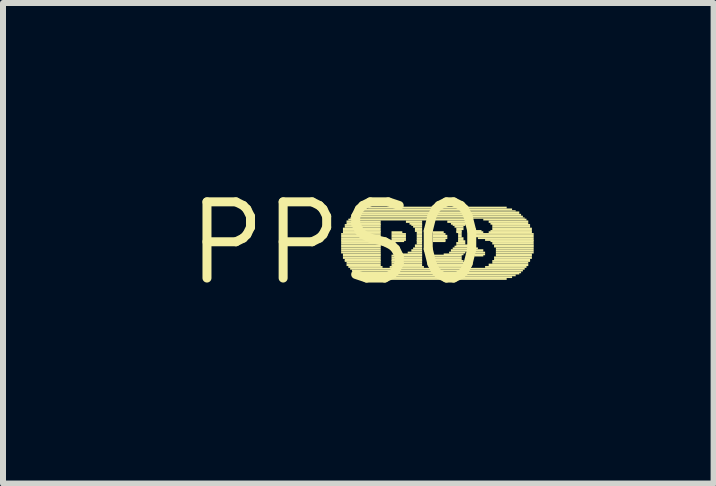
<source format=kicad_pcb>
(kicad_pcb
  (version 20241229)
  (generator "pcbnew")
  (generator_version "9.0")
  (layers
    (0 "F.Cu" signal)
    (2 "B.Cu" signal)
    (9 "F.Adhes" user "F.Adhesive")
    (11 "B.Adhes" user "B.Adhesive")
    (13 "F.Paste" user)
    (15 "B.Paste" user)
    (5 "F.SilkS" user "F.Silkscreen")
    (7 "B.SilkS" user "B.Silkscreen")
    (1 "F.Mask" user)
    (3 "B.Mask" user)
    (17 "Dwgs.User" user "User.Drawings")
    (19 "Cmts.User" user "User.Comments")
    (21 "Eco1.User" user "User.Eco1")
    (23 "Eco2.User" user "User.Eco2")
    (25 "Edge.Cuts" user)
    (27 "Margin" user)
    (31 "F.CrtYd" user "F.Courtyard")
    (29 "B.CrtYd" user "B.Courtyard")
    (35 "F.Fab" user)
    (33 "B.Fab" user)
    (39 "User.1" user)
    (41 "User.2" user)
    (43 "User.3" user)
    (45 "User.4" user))
  (footprint "PPS0"
    (layer "F.Cu")
    (at 2.578 1.006)
    (property "Reference" "PPS0" (at 0 0 0) (layer "F.SilkS") (effects (font (size 1.27 1.27) (thickness 0.15))))
    (fp_poly (pts (xy 0.06 -0.14) (xy 0.72 -0.14) (xy 0.72 -0.17) (xy 0.06 -0.17)) (stroke (width 0) (type solid)) (fill yes) (layer "F.SilkS"))
    (fp_poly (pts (xy 0.06 -0.1) (xy 0.72 -0.1) (xy 0.72 -0.14) (xy 0.06 -0.14)) (stroke (width 0) (type solid)) (fill yes) (layer "F.SilkS"))
    (fp_poly (pts (xy 0.06 -0.07) (xy 0.72 -0.07) (xy 0.72 -0.1) (xy 0.06 -0.1)) (stroke (width 0) (type solid)) (fill yes) (layer "F.SilkS"))
    (fp_poly (pts (xy 0.06 -0.04) (xy 0.72 -0.04) (xy 0.72 -0.07) (xy 0.06 -0.07)) (stroke (width 0) (type solid)) (fill yes) (layer "F.SilkS"))
    (fp_poly (pts (xy 0.06 -0.02) (xy 0.72 -0.02) (xy 0.72 -0.05) (xy 0.06 -0.05)) (stroke (width 0) (type solid)) (fill yes) (layer "F.SilkS"))
    (fp_poly (pts (xy 0.06 0.02) (xy 0.72 0.02) (xy 0.72 -0.02) (xy 0.06 -0.02)) (stroke (width 0) (type solid)) (fill yes) (layer "F.SilkS"))
    (fp_poly (pts (xy 0.06 0.05) (xy 0.72 0.05) (xy 0.72 0.02) (xy 0.06 0.02)) (stroke (width 0) (type solid)) (fill yes) (layer "F.SilkS"))
    (fp_poly (pts (xy 0.06 0.07) (xy 0.72 0.07) (xy 0.72 0.04) (xy 0.06 0.04)) (stroke (width 0) (type solid)) (fill yes) (layer "F.SilkS"))
    (fp_poly (pts (xy 0.06 0.1) (xy 0.72 0.1) (xy 0.72 0.07) (xy 0.06 0.07)) (stroke (width 0) (type solid)) (fill yes) (layer "F.SilkS"))
    (fp_poly (pts (xy 0.06 0.14) (xy 0.72 0.14) (xy 0.72 0.1) (xy 0.06 0.1)) (stroke (width 0) (type solid)) (fill yes) (layer "F.SilkS"))
    (fp_poly (pts (xy 0.06 0.17) (xy 0.72 0.17) (xy 0.72 0.14) (xy 0.06 0.14)) (stroke (width 0) (type solid)) (fill yes) (layer "F.SilkS"))
    (fp_poly (pts (xy 0.09 -0.22) (xy 0.72 -0.22) (xy 0.72 -0.26) (xy 0.09 -0.26)) (stroke (width 0) (type solid)) (fill yes) (layer "F.SilkS"))
    (fp_poly (pts (xy 0.09 -0.19) (xy 0.72 -0.19) (xy 0.72 -0.22) (xy 0.09 -0.22)) (stroke (width 0) (type solid)) (fill yes) (layer "F.SilkS"))
    (fp_poly (pts (xy 0.09 -0.17) (xy 0.72 -0.17) (xy 0.72 -0.2) (xy 0.09 -0.2)) (stroke (width 0) (type solid)) (fill yes) (layer "F.SilkS"))
    (fp_poly (pts (xy 0.09 0.2) (xy 0.72 0.2) (xy 0.72 0.17) (xy 0.09 0.17)) (stroke (width 0) (type solid)) (fill yes) (layer "F.SilkS"))
    (fp_poly (pts (xy 0.09 0.22) (xy 0.72 0.22) (xy 0.72 0.19) (xy 0.09 0.19)) (stroke (width 0) (type solid)) (fill yes) (layer "F.SilkS"))
    (fp_poly (pts (xy 0.09 0.26) (xy 0.72 0.26) (xy 0.72 0.22) (xy 0.09 0.22)) (stroke (width 0) (type solid)) (fill yes) (layer "F.SilkS"))
    (fp_poly (pts (xy 0.12 -0.29) (xy 0.72 -0.29) (xy 0.72 -0.32) (xy 0.12 -0.32)) (stroke (width 0) (type solid)) (fill yes) (layer "F.SilkS"))
    (fp_poly (pts (xy 0.12 -0.26) (xy 0.72 -0.26) (xy 0.72 -0.29) (xy 0.12 -0.29)) (stroke (width 0) (type solid)) (fill yes) (layer "F.SilkS"))
    (fp_poly (pts (xy 0.12 0.29) (xy 0.72 0.29) (xy 0.72 0.26) (xy 0.12 0.26)) (stroke (width 0) (type solid)) (fill yes) (layer "F.SilkS"))
    (fp_poly (pts (xy 0.12 0.31) (xy 0.72 0.31) (xy 0.72 0.28) (xy 0.12 0.28)) (stroke (width 0) (type solid)) (fill yes) (layer "F.SilkS"))
    (fp_poly (pts (xy 0.15 -0.34) (xy 0.72 -0.34) (xy 0.72 -0.38) (xy 0.15 -0.38)) (stroke (width 0) (type solid)) (fill yes) (layer "F.SilkS"))
    (fp_poly (pts (xy 0.15 -0.31) (xy 0.72 -0.31) (xy 0.72 -0.34) (xy 0.15 -0.34)) (stroke (width 0) (type solid)) (fill yes) (layer "F.SilkS"))
    (fp_poly (pts (xy 0.15 0.34) (xy 0.72 0.34) (xy 0.72 0.31) (xy 0.15 0.31)) (stroke (width 0) (type solid)) (fill yes) (layer "F.SilkS"))
    (fp_poly (pts (xy 0.15 0.38) (xy 0.72 0.38) (xy 0.72 0.34) (xy 0.15 0.34)) (stroke (width 0) (type solid)) (fill yes) (layer "F.SilkS"))
    (fp_poly (pts (xy 0.18 -0.38) (xy 2.25 -0.38) (xy 2.25 -0.41) (xy 0.18 -0.41)) (stroke (width 0) (type solid)) (fill yes) (layer "F.SilkS"))
    (fp_poly (pts (xy 0.18 0.41) (xy 0.75 0.41) (xy 0.75 0.38) (xy 0.18 0.38)) (stroke (width 0) (type solid)) (fill yes) (layer "F.SilkS"))
    (fp_poly (pts (xy 0.21 -0.41) (xy 3.12 -0.41) (xy 3.12 -0.43) (xy 0.21 -0.43)) (stroke (width 0) (type solid)) (fill yes) (layer "F.SilkS"))
    (fp_poly (pts (xy 0.21 0.44) (xy 3.12 0.44) (xy 3.12 0.41) (xy 0.21 0.41)) (stroke (width 0) (type solid)) (fill yes) (layer "F.SilkS"))
    (fp_poly (pts (xy 0.24 -0.43) (xy 3.09 -0.43) (xy 3.09 -0.46) (xy 0.24 -0.46)) (stroke (width 0) (type solid)) (fill yes) (layer "F.SilkS"))
    (fp_poly (pts (xy 0.24 0.47) (xy 3.09 0.47) (xy 3.09 0.44) (xy 0.24 0.44)) (stroke (width 0) (type solid)) (fill yes) (layer "F.SilkS"))
    (fp_poly (pts (xy 0.27 -0.46) (xy 3.06 -0.46) (xy 3.06 -0.49) (xy 0.27 -0.49)) (stroke (width 0) (type solid)) (fill yes) (layer "F.SilkS"))
    (fp_poly (pts (xy 0.27 0.5) (xy 3.06 0.5) (xy 3.06 0.47) (xy 0.27 0.47)) (stroke (width 0) (type solid)) (fill yes) (layer "F.SilkS"))
    (fp_poly (pts (xy 0.3 -0.49) (xy 3.03 -0.49) (xy 3.03 -0.53) (xy 0.3 -0.53)) (stroke (width 0) (type solid)) (fill yes) (layer "F.SilkS"))
    (fp_poly (pts (xy 0.3 0.52) (xy 3.03 0.52) (xy 3.03 0.49) (xy 0.3 0.49)) (stroke (width 0) (type solid)) (fill yes) (layer "F.SilkS"))
    (fp_poly (pts (xy 0.36 -0.53) (xy 2.97 -0.53) (xy 2.97 -0.55) (xy 0.36 -0.55)) (stroke (width 0) (type solid)) (fill yes) (layer "F.SilkS"))
    (fp_poly (pts (xy 0.36 0.55) (xy 2.97 0.55) (xy 2.97 0.52) (xy 0.36 0.52)) (stroke (width 0) (type solid)) (fill yes) (layer "F.SilkS"))
    (fp_poly (pts (xy 0.42 -0.55) (xy 2.91 -0.55) (xy 2.91 -0.58) (xy 0.42 -0.58)) (stroke (width 0) (type solid)) (fill yes) (layer "F.SilkS"))
    (fp_poly (pts (xy 0.42 0.58) (xy 2.91 0.58) (xy 2.91 0.55) (xy 0.42 0.55)) (stroke (width 0) (type solid)) (fill yes) (layer "F.SilkS"))
    (fp_poly (pts (xy 0.51 -0.58) (xy 2.82 -0.58) (xy 2.82 -0.61) (xy 0.51 -0.61)) (stroke (width 0) (type solid)) (fill yes) (layer "F.SilkS"))
    (fp_poly (pts (xy 0.51 0.61) (xy 2.82 0.61) (xy 2.82 0.58) (xy 0.51 0.58)) (stroke (width 0) (type solid)) (fill yes) (layer "F.SilkS"))
    (fp_poly (pts (xy 0.87 0.41) (xy 1.44 0.41) (xy 1.44 0.38) (xy 0.87 0.38)) (stroke (width 0) (type solid)) (fill yes) (layer "F.SilkS"))
    (fp_poly (pts (xy 0.9 -0.17) (xy 1.08 -0.17) (xy 1.08 -0.2) (xy 0.9 -0.2)) (stroke (width 0) (type solid)) (fill yes) (layer "F.SilkS"))
    (fp_poly (pts (xy 0.9 -0.14) (xy 1.14 -0.14) (xy 1.14 -0.17) (xy 0.9 -0.17)) (stroke (width 0) (type solid)) (fill yes) (layer "F.SilkS"))
    (fp_poly (pts (xy 0.9 -0.1) (xy 1.14 -0.1) (xy 1.14 -0.14) (xy 0.9 -0.14)) (stroke (width 0) (type solid)) (fill yes) (layer "F.SilkS"))
    (fp_poly (pts (xy 0.9 -0.07) (xy 1.14 -0.07) (xy 1.14 -0.1) (xy 0.9 -0.1)) (stroke (width 0) (type solid)) (fill yes) (layer "F.SilkS"))
    (fp_poly (pts (xy 0.9 -0.04) (xy 1.14 -0.04) (xy 1.14 -0.07) (xy 0.9 -0.07)) (stroke (width 0) (type solid)) (fill yes) (layer "F.SilkS"))
    (fp_poly (pts (xy 0.9 -0.02) (xy 1.11 -0.02) (xy 1.11 -0.05) (xy 0.9 -0.05)) (stroke (width 0) (type solid)) (fill yes) (layer "F.SilkS"))
    (fp_poly (pts (xy 0.9 0.22) (xy 1.41 0.22) (xy 1.41 0.19) (xy 0.9 0.19)) (stroke (width 0) (type solid)) (fill yes) (layer "F.SilkS"))
    (fp_poly (pts (xy 0.9 0.26) (xy 1.41 0.26) (xy 1.41 0.22) (xy 0.9 0.22)) (stroke (width 0) (type solid)) (fill yes) (layer "F.SilkS"))
    (fp_poly (pts (xy 0.9 0.29) (xy 1.41 0.29) (xy 1.41 0.26) (xy 0.9 0.26)) (stroke (width 0) (type solid)) (fill yes) (layer "F.SilkS"))
    (fp_poly (pts (xy 0.9 0.31) (xy 1.41 0.31) (xy 1.41 0.28) (xy 0.9 0.28)) (stroke (width 0) (type solid)) (fill yes) (layer "F.SilkS"))
    (fp_poly (pts (xy 0.9 0.34) (xy 1.41 0.34) (xy 1.41 0.31) (xy 0.9 0.31)) (stroke (width 0) (type solid)) (fill yes) (layer "F.SilkS"))
    (fp_poly (pts (xy 0.9 0.38) (xy 1.41 0.38) (xy 1.41 0.34) (xy 0.9 0.34)) (stroke (width 0) (type solid)) (fill yes) (layer "F.SilkS"))
    (fp_poly (pts (xy 1.08 0.2) (xy 1.41 0.2) (xy 1.41 0.17) (xy 1.08 0.17)) (stroke (width 0) (type solid)) (fill yes) (layer "F.SilkS"))
    (fp_poly (pts (xy 1.14 -0.34) (xy 1.41 -0.34) (xy 1.41 -0.38) (xy 1.14 -0.38)) (stroke (width 0) (type solid)) (fill yes) (layer "F.SilkS"))
    (fp_poly (pts (xy 1.17 0.17) (xy 1.41 0.17) (xy 1.41 0.14) (xy 1.17 0.14)) (stroke (width 0) (type solid)) (fill yes) (layer "F.SilkS"))
    (fp_poly (pts (xy 1.2 -0.31) (xy 1.41 -0.31) (xy 1.41 -0.34) (xy 1.2 -0.34)) (stroke (width 0) (type solid)) (fill yes) (layer "F.SilkS"))
    (fp_poly (pts (xy 1.23 -0.29) (xy 1.41 -0.29) (xy 1.41 -0.32) (xy 1.23 -0.32)) (stroke (width 0) (type solid)) (fill yes) (layer "F.SilkS"))
    (fp_poly (pts (xy 1.23 0.14) (xy 1.41 0.14) (xy 1.41 0.1) (xy 1.23 0.1)) (stroke (width 0) (type solid)) (fill yes) (layer "F.SilkS"))
    (fp_poly (pts (xy 1.26 -0.26) (xy 1.41 -0.26) (xy 1.41 -0.29) (xy 1.26 -0.29)) (stroke (width 0) (type solid)) (fill yes) (layer "F.SilkS"))
    (fp_poly (pts (xy 1.26 0.1) (xy 1.41 0.1) (xy 1.41 0.07) (xy 1.26 0.07)) (stroke (width 0) (type solid)) (fill yes) (layer "F.SilkS"))
    (fp_poly (pts (xy 1.29 -0.22) (xy 1.41 -0.22) (xy 1.41 -0.26) (xy 1.29 -0.26)) (stroke (width 0) (type solid)) (fill yes) (layer "F.SilkS"))
    (fp_poly (pts (xy 1.29 -0.19) (xy 1.41 -0.19) (xy 1.41 -0.22) (xy 1.29 -0.22)) (stroke (width 0) (type solid)) (fill yes) (layer "F.SilkS"))
    (fp_poly (pts (xy 1.29 0.05) (xy 1.41 0.05) (xy 1.41 0.02) (xy 1.29 0.02)) (stroke (width 0) (type solid)) (fill yes) (layer "F.SilkS"))
    (fp_poly (pts (xy 1.29 0.07) (xy 1.41 0.07) (xy 1.41 0.04) (xy 1.29 0.04)) (stroke (width 0) (type solid)) (fill yes) (layer "F.SilkS"))
    (fp_poly (pts (xy 1.32 -0.17) (xy 1.41 -0.17) (xy 1.41 -0.2) (xy 1.32 -0.2)) (stroke (width 0) (type solid)) (fill yes) (layer "F.SilkS"))
    (fp_poly (pts (xy 1.32 -0.14) (xy 1.41 -0.14) (xy 1.41 -0.17) (xy 1.32 -0.17)) (stroke (width 0) (type solid)) (fill yes) (layer "F.SilkS"))
    (fp_poly (pts (xy 1.32 -0.1) (xy 1.41 -0.1) (xy 1.41 -0.14) (xy 1.32 -0.14)) (stroke (width 0) (type solid)) (fill yes) (layer "F.SilkS"))
    (fp_poly (pts (xy 1.32 -0.07) (xy 1.41 -0.07) (xy 1.41 -0.1) (xy 1.32 -0.1)) (stroke (width 0) (type solid)) (fill yes) (layer "F.SilkS"))
    (fp_poly (pts (xy 1.32 -0.04) (xy 1.41 -0.04) (xy 1.41 -0.07) (xy 1.32 -0.07)) (stroke (width 0) (type solid)) (fill yes) (layer "F.SilkS"))
    (fp_poly (pts (xy 1.32 -0.02) (xy 1.41 -0.02) (xy 1.41 -0.05) (xy 1.32 -0.05)) (stroke (width 0) (type solid)) (fill yes) (layer "F.SilkS"))
    (fp_poly (pts (xy 1.32 0.02) (xy 1.41 0.02) (xy 1.41 -0.02) (xy 1.32 -0.02)) (stroke (width 0) (type solid)) (fill yes) (layer "F.SilkS"))
    (fp_poly (pts (xy 1.56 0.41) (xy 2.22 0.41) (xy 2.22 0.38) (xy 1.56 0.38)) (stroke (width 0) (type solid)) (fill yes) (layer "F.SilkS"))
    (fp_poly (pts (xy 1.59 -0.17) (xy 1.77 -0.17) (xy 1.77 -0.2) (xy 1.59 -0.2)) (stroke (width 0) (type solid)) (fill yes) (layer "F.SilkS"))
    (fp_poly (pts (xy 1.59 -0.14) (xy 1.8 -0.14) (xy 1.8 -0.17) (xy 1.59 -0.17)) (stroke (width 0) (type solid)) (fill yes) (layer "F.SilkS"))
    (fp_poly (pts (xy 1.59 -0.1) (xy 1.83 -0.1) (xy 1.83 -0.14) (xy 1.59 -0.14)) (stroke (width 0) (type solid)) (fill yes) (layer "F.SilkS"))
    (fp_poly (pts (xy 1.59 -0.07) (xy 1.83 -0.07) (xy 1.83 -0.1) (xy 1.59 -0.1)) (stroke (width 0) (type solid)) (fill yes) (layer "F.SilkS"))
    (fp_poly (pts (xy 1.59 -0.04) (xy 1.8 -0.04) (xy 1.8 -0.07) (xy 1.59 -0.07)) (stroke (width 0) (type solid)) (fill yes) (layer "F.SilkS"))
    (fp_poly (pts (xy 1.59 -0.02) (xy 1.8 -0.02) (xy 1.8 -0.05) (xy 1.59 -0.05)) (stroke (width 0) (type solid)) (fill yes) (layer "F.SilkS"))
    (fp_poly (pts (xy 1.59 0.22) (xy 2.07 0.22) (xy 2.07 0.19) (xy 1.59 0.19)) (stroke (width 0) (type solid)) (fill yes) (layer "F.SilkS"))
    (fp_poly (pts (xy 1.59 0.26) (xy 2.07 0.26) (xy 2.07 0.22) (xy 1.59 0.22)) (stroke (width 0) (type solid)) (fill yes) (layer "F.SilkS"))
    (fp_poly (pts (xy 1.59 0.29) (xy 2.07 0.29) (xy 2.07 0.26) (xy 1.59 0.26)) (stroke (width 0) (type solid)) (fill yes) (layer "F.SilkS"))
    (fp_poly (pts (xy 1.59 0.31) (xy 2.1 0.31) (xy 2.1 0.28) (xy 1.59 0.28)) (stroke (width 0) (type solid)) (fill yes) (layer "F.SilkS"))
    (fp_poly (pts (xy 1.59 0.34) (xy 2.13 0.34) (xy 2.13 0.31) (xy 1.59 0.31)) (stroke (width 0) (type solid)) (fill yes) (layer "F.SilkS"))
    (fp_poly (pts (xy 1.59 0.38) (xy 2.16 0.38) (xy 2.16 0.34) (xy 1.59 0.34)) (stroke (width 0) (type solid)) (fill yes) (layer "F.SilkS"))
    (fp_poly (pts (xy 1.77 0.2) (xy 2.1 0.2) (xy 2.1 0.17) (xy 1.77 0.17)) (stroke (width 0) (type solid)) (fill yes) (layer "F.SilkS"))
    (fp_poly (pts (xy 1.83 -0.34) (xy 2.19 -0.34) (xy 2.19 -0.38) (xy 1.83 -0.38)) (stroke (width 0) (type solid)) (fill yes) (layer "F.SilkS"))
    (fp_poly (pts (xy 1.86 0.17) (xy 2.13 0.17) (xy 2.13 0.14) (xy 1.86 0.14)) (stroke (width 0) (type solid)) (fill yes) (layer "F.SilkS"))
    (fp_poly (pts (xy 1.89 -0.31) (xy 2.16 -0.31) (xy 2.16 -0.34) (xy 1.89 -0.34)) (stroke (width 0) (type solid)) (fill yes) (layer "F.SilkS"))
    (fp_poly (pts (xy 1.89 0.14) (xy 2.43 0.14) (xy 2.43 0.1) (xy 1.89 0.1)) (stroke (width 0) (type solid)) (fill yes) (layer "F.SilkS"))
    (fp_poly (pts (xy 1.92 -0.29) (xy 2.13 -0.29) (xy 2.13 -0.32) (xy 1.92 -0.32)) (stroke (width 0) (type solid)) (fill yes) (layer "F.SilkS"))
    (fp_poly (pts (xy 1.92 0.1) (xy 2.34 0.1) (xy 2.34 0.07) (xy 1.92 0.07)) (stroke (width 0) (type solid)) (fill yes) (layer "F.SilkS"))
    (fp_poly (pts (xy 1.95 -0.26) (xy 2.1 -0.26) (xy 2.1 -0.29) (xy 1.95 -0.29)) (stroke (width 0) (type solid)) (fill yes) (layer "F.SilkS"))
    (fp_poly (pts (xy 1.95 0.07) (xy 2.25 0.07) (xy 2.25 0.04) (xy 1.95 0.04)) (stroke (width 0) (type solid)) (fill yes) (layer "F.SilkS"))
    (fp_poly (pts (xy 1.98 -0.22) (xy 2.1 -0.22) (xy 2.1 -0.26) (xy 1.98 -0.26)) (stroke (width 0) (type solid)) (fill yes) (layer "F.SilkS"))
    (fp_poly (pts (xy 1.98 -0.19) (xy 2.07 -0.19) (xy 2.07 -0.22) (xy 1.98 -0.22)) (stroke (width 0) (type solid)) (fill yes) (layer "F.SilkS"))
    (fp_poly (pts (xy 1.98 -0.17) (xy 2.07 -0.17) (xy 2.07 -0.2) (xy 1.98 -0.2)) (stroke (width 0) (type solid)) (fill yes) (layer "F.SilkS"))
    (fp_poly (pts (xy 1.98 0.02) (xy 2.13 0.02) (xy 2.13 -0.02) (xy 1.98 -0.02)) (stroke (width 0) (type solid)) (fill yes) (layer "F.SilkS"))
    (fp_poly (pts (xy 1.98 0.05) (xy 2.19 0.05) (xy 2.19 0.02) (xy 1.98 0.02)) (stroke (width 0) (type solid)) (fill yes) (layer "F.SilkS"))
    (fp_poly (pts (xy 2.01 -0.14) (xy 2.07 -0.14) (xy 2.07 -0.17) (xy 2.01 -0.17)) (stroke (width 0) (type solid)) (fill yes) (layer "F.SilkS"))
    (fp_poly (pts (xy 2.01 -0.1) (xy 2.07 -0.1) (xy 2.07 -0.14) (xy 2.01 -0.14)) (stroke (width 0) (type solid)) (fill yes) (layer "F.SilkS"))
    (fp_poly (pts (xy 2.01 -0.07) (xy 2.1 -0.07) (xy 2.1 -0.1) (xy 2.01 -0.1)) (stroke (width 0) (type solid)) (fill yes) (layer "F.SilkS"))
    (fp_poly (pts (xy 2.01 -0.04) (xy 2.1 -0.04) (xy 2.1 -0.07) (xy 2.01 -0.07)) (stroke (width 0) (type solid)) (fill yes) (layer "F.SilkS"))
    (fp_poly (pts (xy 2.01 -0.02) (xy 2.13 -0.02) (xy 2.13 -0.05) (xy 2.01 -0.05)) (stroke (width 0) (type solid)) (fill yes) (layer "F.SilkS"))
    (fp_poly (pts (xy 2.19 0.17) (xy 2.46 0.17) (xy 2.46 0.14) (xy 2.19 0.14)) (stroke (width 0) (type solid)) (fill yes) (layer "F.SilkS"))
    (fp_poly (pts (xy 2.25 -0.14) (xy 3.27 -0.14) (xy 3.27 -0.17) (xy 2.25 -0.17)) (stroke (width 0) (type solid)) (fill yes) (layer "F.SilkS"))
    (fp_poly (pts (xy 2.25 0.2) (xy 2.46 0.2) (xy 2.46 0.17) (xy 2.25 0.17)) (stroke (width 0) (type solid)) (fill yes) (layer "F.SilkS"))
    (fp_poly (pts (xy 2.28 -0.19) (xy 2.4 -0.19) (xy 2.4 -0.22) (xy 2.28 -0.22)) (stroke (width 0) (type solid)) (fill yes) (layer "F.SilkS"))
    (fp_poly (pts (xy 2.28 -0.17) (xy 2.43 -0.17) (xy 2.43 -0.2) (xy 2.28 -0.2)) (stroke (width 0) (type solid)) (fill yes) (layer "F.SilkS"))
    (fp_poly (pts (xy 2.28 -0.1) (xy 3.27 -0.1) (xy 3.27 -0.14) (xy 2.28 -0.14)) (stroke (width 0) (type solid)) (fill yes) (layer "F.SilkS"))
    (fp_poly (pts (xy 2.28 0.22) (xy 2.43 0.22) (xy 2.43 0.19) (xy 2.28 0.19)) (stroke (width 0) (type solid)) (fill yes) (layer "F.SilkS"))
    (fp_poly (pts (xy 2.34 -0.07) (xy 3.27 -0.07) (xy 3.27 -0.1) (xy 2.34 -0.1)) (stroke (width 0) (type solid)) (fill yes) (layer "F.SilkS"))
    (fp_poly (pts (xy 2.43 -0.38) (xy 3.15 -0.38) (xy 3.15 -0.41) (xy 2.43 -0.41)) (stroke (width 0) (type solid)) (fill yes) (layer "F.SilkS"))
    (fp_poly (pts (xy 2.46 -0.04) (xy 3.27 -0.04) (xy 3.27 -0.07) (xy 2.46 -0.07)) (stroke (width 0) (type solid)) (fill yes) (layer "F.SilkS"))
    (fp_poly (pts (xy 2.46 0.41) (xy 3.15 0.41) (xy 3.15 0.38) (xy 2.46 0.38)) (stroke (width 0) (type solid)) (fill yes) (layer "F.SilkS"))
    (fp_poly (pts (xy 2.52 -0.34) (xy 3.18 -0.34) (xy 3.18 -0.38) (xy 2.52 -0.38)) (stroke (width 0) (type solid)) (fill yes) (layer "F.SilkS"))
    (fp_poly (pts (xy 2.52 -0.17) (xy 3.24 -0.17) (xy 3.24 -0.2) (xy 2.52 -0.2)) (stroke (width 0) (type solid)) (fill yes) (layer "F.SilkS"))
    (fp_poly (pts (xy 2.52 0.38) (xy 3.18 0.38) (xy 3.18 0.34) (xy 2.52 0.34)) (stroke (width 0) (type solid)) (fill yes) (layer "F.SilkS"))
    (fp_poly (pts (xy 2.55 -0.31) (xy 3.18 -0.31) (xy 3.18 -0.34) (xy 2.55 -0.34)) (stroke (width 0) (type solid)) (fill yes) (layer "F.SilkS"))
    (fp_poly (pts (xy 2.55 -0.19) (xy 3.24 -0.19) (xy 3.24 -0.22) (xy 2.55 -0.22)) (stroke (width 0) (type solid)) (fill yes) (layer "F.SilkS"))
    (fp_poly (pts (xy 2.55 -0.02) (xy 3.27 -0.02) (xy 3.27 -0.05) (xy 2.55 -0.05)) (stroke (width 0) (type solid)) (fill yes) (layer "F.SilkS"))
    (fp_poly (pts (xy 2.58 -0.29) (xy 3.21 -0.29) (xy 3.21 -0.32) (xy 2.58 -0.32)) (stroke (width 0) (type solid)) (fill yes) (layer "F.SilkS"))
    (fp_poly (pts (xy 2.58 -0.26) (xy 3.21 -0.26) (xy 3.21 -0.29) (xy 2.58 -0.29)) (stroke (width 0) (type solid)) (fill yes) (layer "F.SilkS"))
    (fp_poly (pts (xy 2.58 -0.22) (xy 3.24 -0.22) (xy 3.24 -0.26) (xy 2.58 -0.26)) (stroke (width 0) (type solid)) (fill yes) (layer "F.SilkS"))
    (fp_poly (pts (xy 2.58 0.02) (xy 3.27 0.02) (xy 3.27 -0.02) (xy 2.58 -0.02)) (stroke (width 0) (type solid)) (fill yes) (layer "F.SilkS"))
    (fp_poly (pts (xy 2.58 0.31) (xy 3.21 0.31) (xy 3.21 0.28) (xy 2.58 0.28)) (stroke (width 0) (type solid)) (fill yes) (layer "F.SilkS"))
    (fp_poly (pts (xy 2.58 0.34) (xy 3.18 0.34) (xy 3.18 0.31) (xy 2.58 0.31)) (stroke (width 0) (type solid)) (fill yes) (layer "F.SilkS"))
    (fp_poly (pts (xy 2.61 0.05) (xy 3.27 0.05) (xy 3.27 0.02) (xy 2.61 0.02)) (stroke (width 0) (type solid)) (fill yes) (layer "F.SilkS"))
    (fp_poly (pts (xy 2.61 0.07) (xy 3.27 0.07) (xy 3.27 0.04) (xy 2.61 0.04)) (stroke (width 0) (type solid)) (fill yes) (layer "F.SilkS"))
    (fp_poly (pts (xy 2.61 0.26) (xy 3.24 0.26) (xy 3.24 0.22) (xy 2.61 0.22)) (stroke (width 0) (type solid)) (fill yes) (layer "F.SilkS"))
    (fp_poly (pts (xy 2.61 0.29) (xy 3.21 0.29) (xy 3.21 0.26) (xy 2.61 0.26)) (stroke (width 0) (type solid)) (fill yes) (layer "F.SilkS"))
    (fp_poly (pts (xy 2.64 0.1) (xy 3.27 0.1) (xy 3.27 0.07) (xy 2.64 0.07)) (stroke (width 0) (type solid)) (fill yes) (layer "F.SilkS"))
    (fp_poly (pts (xy 2.64 0.14) (xy 3.27 0.14) (xy 3.27 0.1) (xy 2.64 0.1)) (stroke (width 0) (type solid)) (fill yes) (layer "F.SilkS"))
    (fp_poly (pts (xy 2.64 0.17) (xy 3.27 0.17) (xy 3.27 0.14) (xy 2.64 0.14)) (stroke (width 0) (type solid)) (fill yes) (layer "F.SilkS"))
    (fp_poly (pts (xy 2.64 0.2) (xy 3.24 0.2) (xy 3.24 0.17) (xy 2.64 0.17)) (stroke (width 0) (type solid)) (fill yes) (layer "F.SilkS"))
    (fp_poly (pts (xy 2.64 0.22) (xy 3.24 0.22) (xy 3.24 0.19) (xy 2.64 0.19)) (stroke (width 0) (type solid)) (fill yes) (layer "F.SilkS")))
  (gr_rect
    (start -3 -3)
    (end 8.848 5.012)
    (stroke (width 0.1) (type default))
    (fill no)
    (layer "Edge.Cuts")))
</source>
